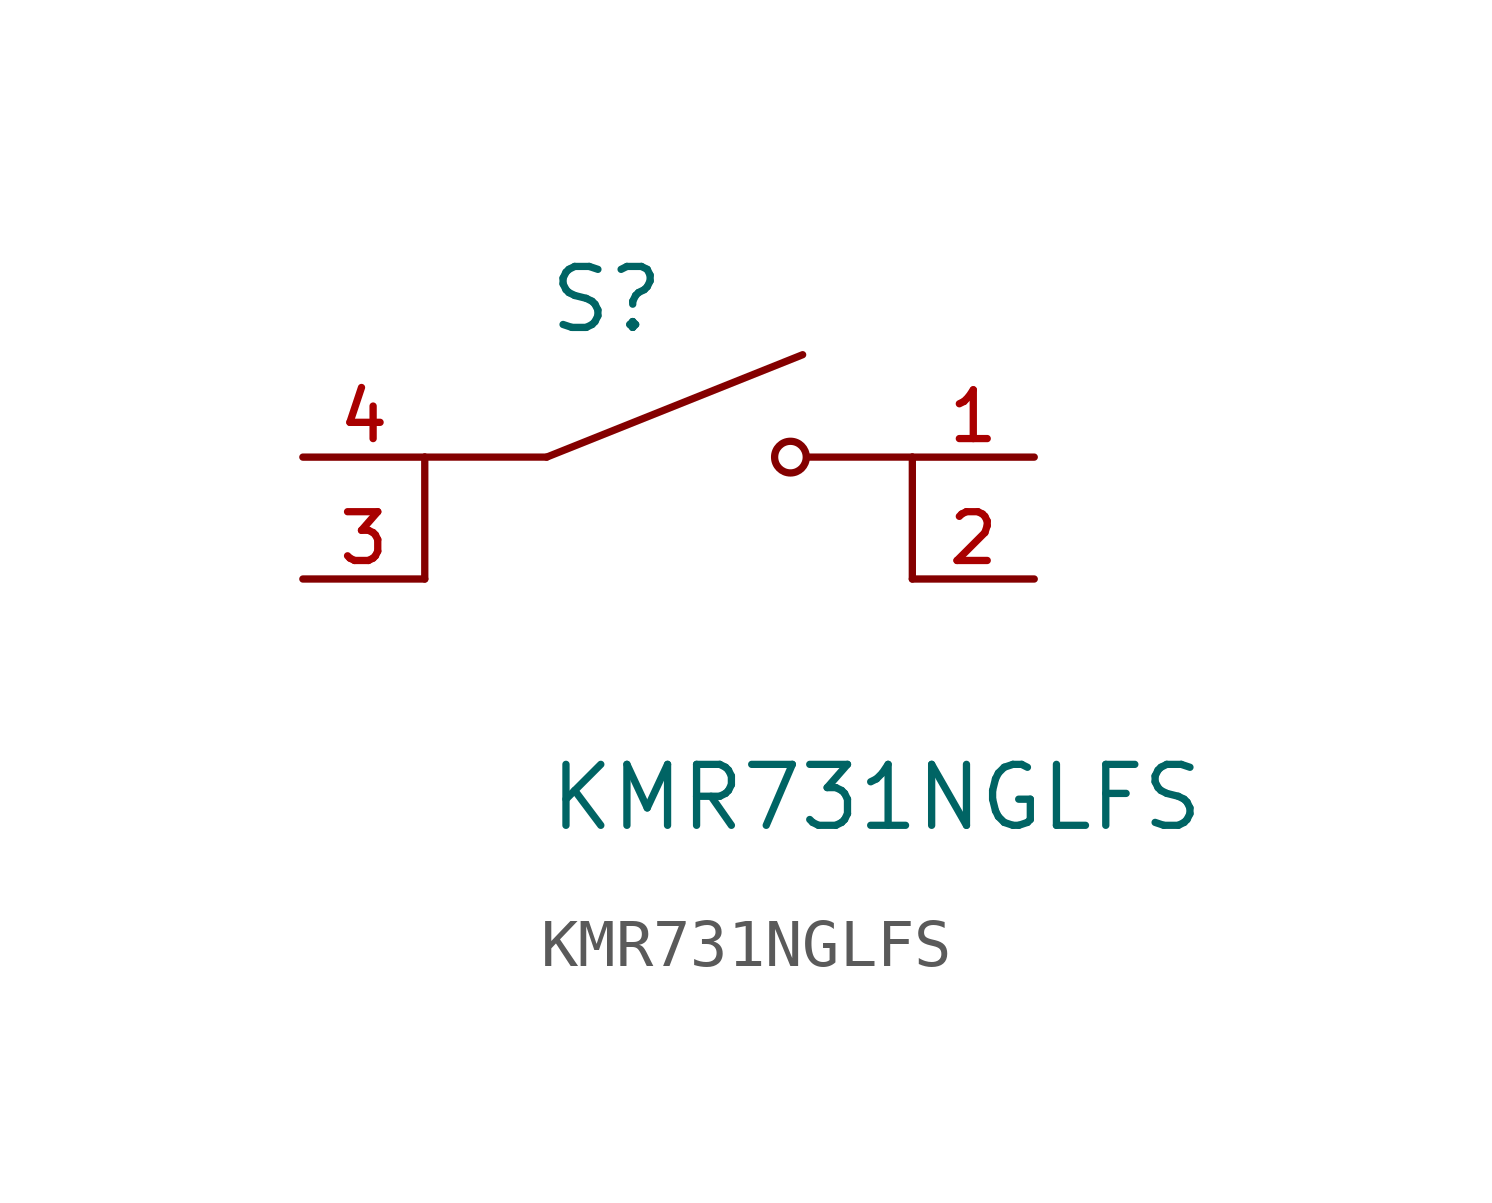
<source format=kicad_sym>
(kicad_symbol_lib
  (version 20211014)
  (generator kicad_symbol_editor)
  (symbol "KMR731NGLFS"
    (pin_names
      (offset 1.016))
    (property "Reference" "S"
      (at -2.54 2.54 0)
      (effects (font (size 1.27 1.27)) (justify left bottom)))
    (property "Value" "KMR731NGLFS"
      (at -2.54 -6.35 0)
      (effects (font (size 1.27 1.27)) (justify left top)))
    (symbol "KMR731NGLFS_0_0"
      (polyline (pts (xy -2.54 0) (xy -5.08 0)) (stroke (width 0.152) (type default) (color 0 0 0 0)) (fill (type none)))
      (polyline (pts (xy -2.54 0) (xy 2.794 2.134)) (stroke (width 0.152) (type default) (color 0 0 0 0)) (fill (type none)))
      (polyline (pts (xy 5.08 0) (xy 2.921 0)) (stroke (width 0.152) (type default) (color 0 0 0 0)) (fill (type none)))
      (circle (center 2.54 0) (radius 0.33) (stroke (width 0.152) (type default) (color 0 0 0 0)) (fill (type none)))
      (pin passive line (at 7.62 0 180) (length 2.54) (name "~" (effects (font (size 1.016 1.016)))) (number "1" (effects (font (size 1.016 1.016)))))
      (pin passive line (at 7.62 -2.54 180) (length 2.54) (name "~" (effects (font (size 1.016 1.016)))) (number "2" (effects (font (size 1.016 1.016)))))
      (pin passive line (at -7.62 -2.54 0) (length 2.54) (name "~" (effects (font (size 1.016 1.016)))) (number "3" (effects (font (size 1.016 1.016)))))
      (pin passive line (at -7.62 0 0) (length 2.54) (name "~" (effects (font (size 1.016 1.016)))) (number "4" (effects (font (size 1.016 1.016))))))
    (symbol "KMR731NGLFS_0_1"
      (polyline (pts (xy -5.08 -2.54) (xy -5.08 0)) (stroke (width 0) (type default) (color 0 0 0 0)) (fill (type none)))
      (polyline (pts (xy 5.08 -2.54) (xy 5.08 0)) (stroke (width 0) (type default) (color 0 0 0 0)) (fill (type none))))))
</source>
